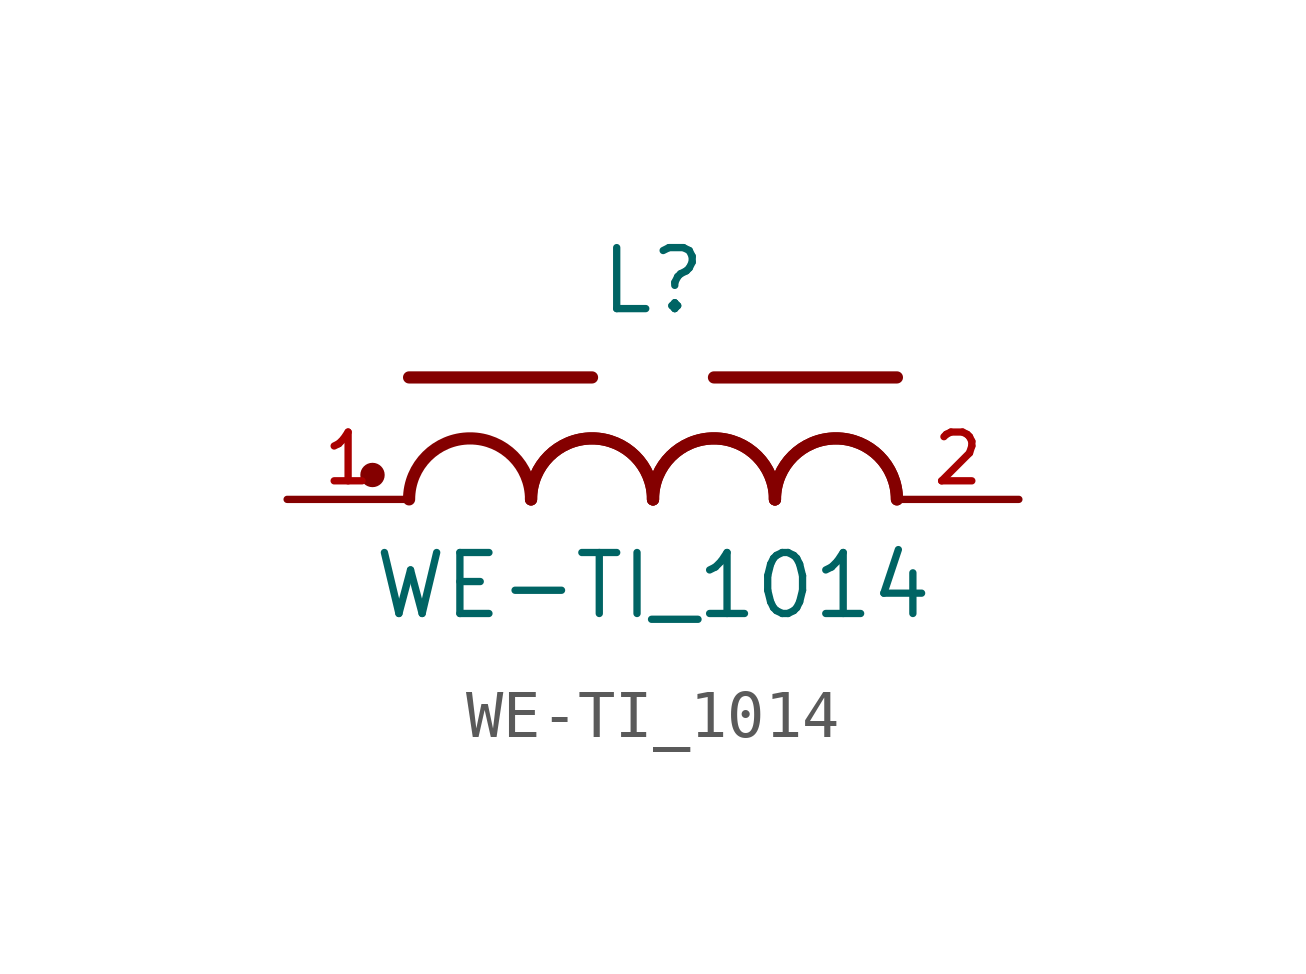
<source format=kicad_sym>
(kicad_symbol_lib
  (version 20211014)
  (generator kicad_symbol_editor)
  (symbol "WE-TI_1014"
    (pin_names
      (offset 1.016))
    (property "Reference" "L"
      (at 0.0 3.81 0)
      (effects (font (size 1.27 1.27)) (justify bottom)))
    (property "Value" "WE-TI_1014"
      (at 0.0 -2.54 0)
      (effects (font (size 1.27 1.27)) (justify bottom)))
    (symbol "WE-TI_1014_0_0"
      (arc (start 0.0 0.0) (mid -1.27 1.27) (end -2.54 0.0) (stroke (width 0.254) (type default) (color 0 0 0 0)) (fill (type none)))
      (arc (start 2.54 0.0) (mid 1.27 1.27) (end 0.0 0.0) (stroke (width 0.254) (type default) (color 0 0 0 0)) (fill (type none)))
      (arc (start 5.08 0.0) (mid 3.81 1.27) (end 2.54 0.0) (stroke (width 0.254) (type default) (color 0 0 0 0)) (fill (type none)))
      (arc (start 5.08 0.0) (mid 3.81 1.27) (end 2.54 0.0) (stroke (width 0.254) (type default) (color 0 0 0 0)) (fill (type none)))
      (arc (start 2.54 0.0) (mid 1.27 1.27) (end 0.0 0.0) (stroke (width 0.254) (type default) (color 0 0 0 0)) (fill (type none)))
      (arc (start 0.0 0.0) (mid -1.27 1.27) (end -2.54 0.0) (stroke (width 0.254) (type default) (color 0 0 0 0)) (fill (type none)))
      (arc (start -2.54 0.0) (mid -3.81 1.27) (end -5.08 0.0) (stroke (width 0.254) (type default) (color 0 0 0 0)) (fill (type none)))
      (polyline (pts (xy -1.27 2.54) (xy -5.08 2.54)) (stroke (width 0.254)))
      (polyline (pts (xy 5.08 2.54) (xy 1.27 2.54)) (stroke (width 0.254)))
      (circle (center -5.842 0.508) (radius 0.127) (stroke (width 0.254)) (fill (type none)))
      (pin passive line (at -7.62 0.0 0) (length 2.54) (name "~" (effects (font (size 1.016 1.016)))) (number "1" (effects (font (size 1.016 1.016)))))
      (pin passive line (at 7.62 0.0 180.0) (length 2.54) (name "~" (effects (font (size 1.016 1.016)))) (number "2" (effects (font (size 1.016 1.016))))))))
</source>
